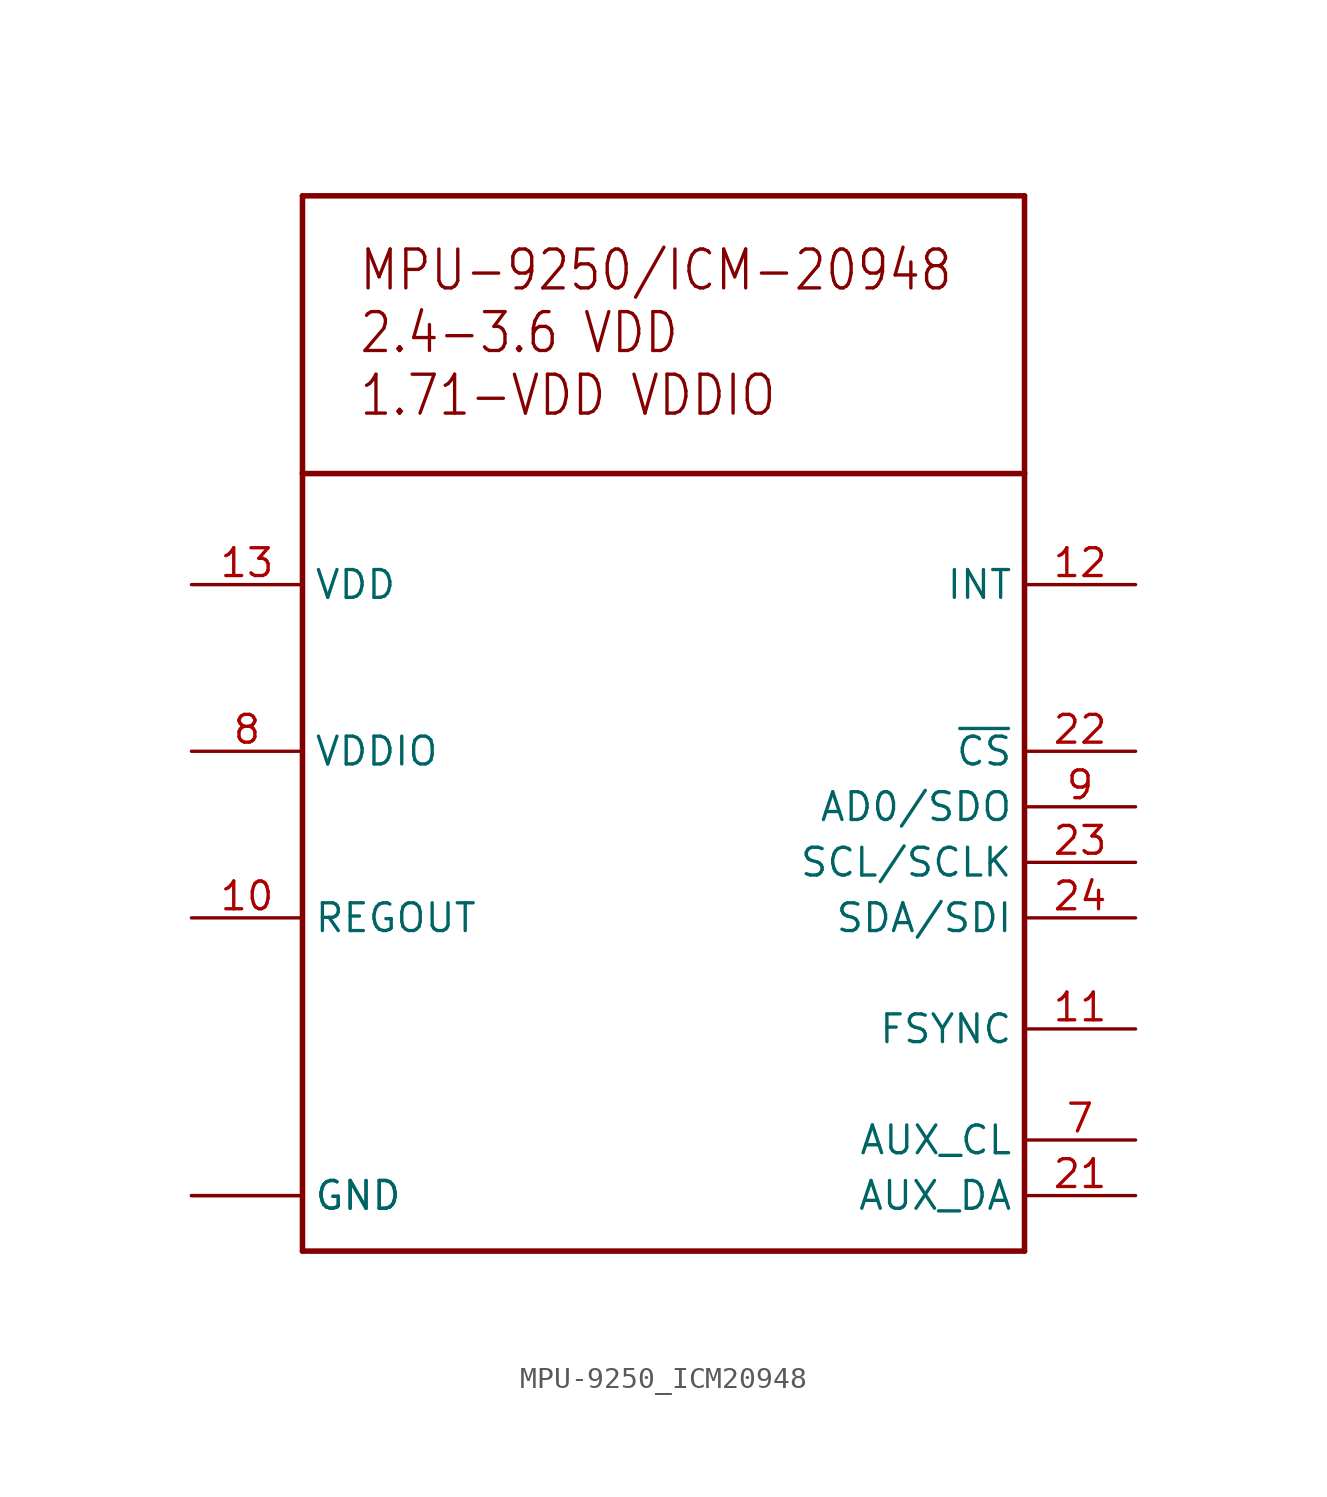
<source format=kicad_sym>
(kicad_symbol_lib
  (version 20220914)
  (generator kicad_symbol_editor)
  (symbol "MPU-9250_ICM20948"
    (property "Reference" "U$1"
      (at 0 0 0)
      (effects (font (size 1.27 1.27)) hide))
    (property "ki_locked" ""
      (at 0 0 0)
      (effects (font (size 1.27 1.27))))
    (symbol "MPU-9250_ICM20948_1_0"
      (polyline (pts (xy -15.24 -20.32) (xy -15.24 15.24)) (stroke (width 0.254) (type solid)) (fill (type none)))
      (polyline (pts (xy -15.24 15.24) (xy 17.78 15.24)) (stroke (width 0.254) (type solid)) (fill (type none)))
      (polyline (pts (xy -15.24 27.94) (xy -15.24 15.24)) (stroke (width 0.254) (type solid)) (fill (type none)))
      (polyline (pts (xy 17.78 -20.32) (xy -15.24 -20.32)) (stroke (width 0.254) (type solid)) (fill (type none)))
      (polyline (pts (xy 17.78 15.24) (xy 17.78 -20.32)) (stroke (width 0.254) (type solid)) (fill (type none)))
      (polyline (pts (xy 17.78 15.24) (xy 17.78 27.94)) (stroke (width 0.254) (type solid)) (fill (type none)))
      (polyline (pts (xy 17.78 27.94) (xy -15.24 27.94)) (stroke (width 0.254) (type solid)) (fill (type none)))
      (text "MPU-9250/ICM-20948\n2.4-3.6 VDD\n1.71-VDD VDDIO" (at -12.7 17.78 0) (effects (font (size 1.778 1.511)) (justify left bottom)))
      (pin bidirectional line (at -20.32 -5.08 0) (length 5.08) (name "REGOUT" (effects (font (size 1.27 1.27)))) (number "10" (effects (font (size 1.27 1.27)))))
      (pin bidirectional line (at 22.86 -10.16 180) (length 5.08) (name "FSYNC" (effects (font (size 1.27 1.27)))) (number "11" (effects (font (size 1.27 1.27)))))
      (pin bidirectional line (at 22.86 10.16 180) (length 5.08) (name "INT" (effects (font (size 1.27 1.27)))) (number "12" (effects (font (size 1.27 1.27)))))
      (pin bidirectional line (at -20.32 10.16 0) (length 5.08) (name "VDD" (effects (font (size 1.27 1.27)))) (number "13" (effects (font (size 1.27 1.27)))))
      (pin bidirectional line (at -20.32 -17.78 0) (length 5.08) (name "GND" (effects (font (size 1.27 1.27)))) (number "18" (effects (font (size 0 0)))))
      (pin bidirectional line (at -20.32 -17.78 0) (length 5.08) (name "GND" (effects (font (size 1.27 1.27)))) (number "20" (effects (font (size 0 0)))))
      (pin bidirectional line (at 22.86 -17.78 180) (length 5.08) (name "AUX_DA" (effects (font (size 1.27 1.27)))) (number "21" (effects (font (size 1.27 1.27)))))
      (pin bidirectional line (at 22.86 2.54 180) (length 5.08) (name "~{CS}" (effects (font (size 1.27 1.27)))) (number "22" (effects (font (size 1.27 1.27)))))
      (pin bidirectional line (at 22.86 -2.54 180) (length 5.08) (name "SCL/SCLK" (effects (font (size 1.27 1.27)))) (number "23" (effects (font (size 1.27 1.27)))))
      (pin bidirectional line (at 22.86 -5.08 180) (length 5.08) (name "SDA/SDI" (effects (font (size 1.27 1.27)))) (number "24" (effects (font (size 1.27 1.27)))))
      (pin bidirectional line (at 22.86 -15.24 180) (length 5.08) (name "AUX_CL" (effects (font (size 1.27 1.27)))) (number "7" (effects (font (size 1.27 1.27)))))
      (pin bidirectional line (at -20.32 2.54 0) (length 5.08) (name "VDDIO" (effects (font (size 1.27 1.27)))) (number "8" (effects (font (size 1.27 1.27)))))
      (pin bidirectional line (at 22.86 0 180) (length 5.08) (name "AD0/SDO" (effects (font (size 1.27 1.27)))) (number "9" (effects (font (size 1.27 1.27))))))))
</source>
